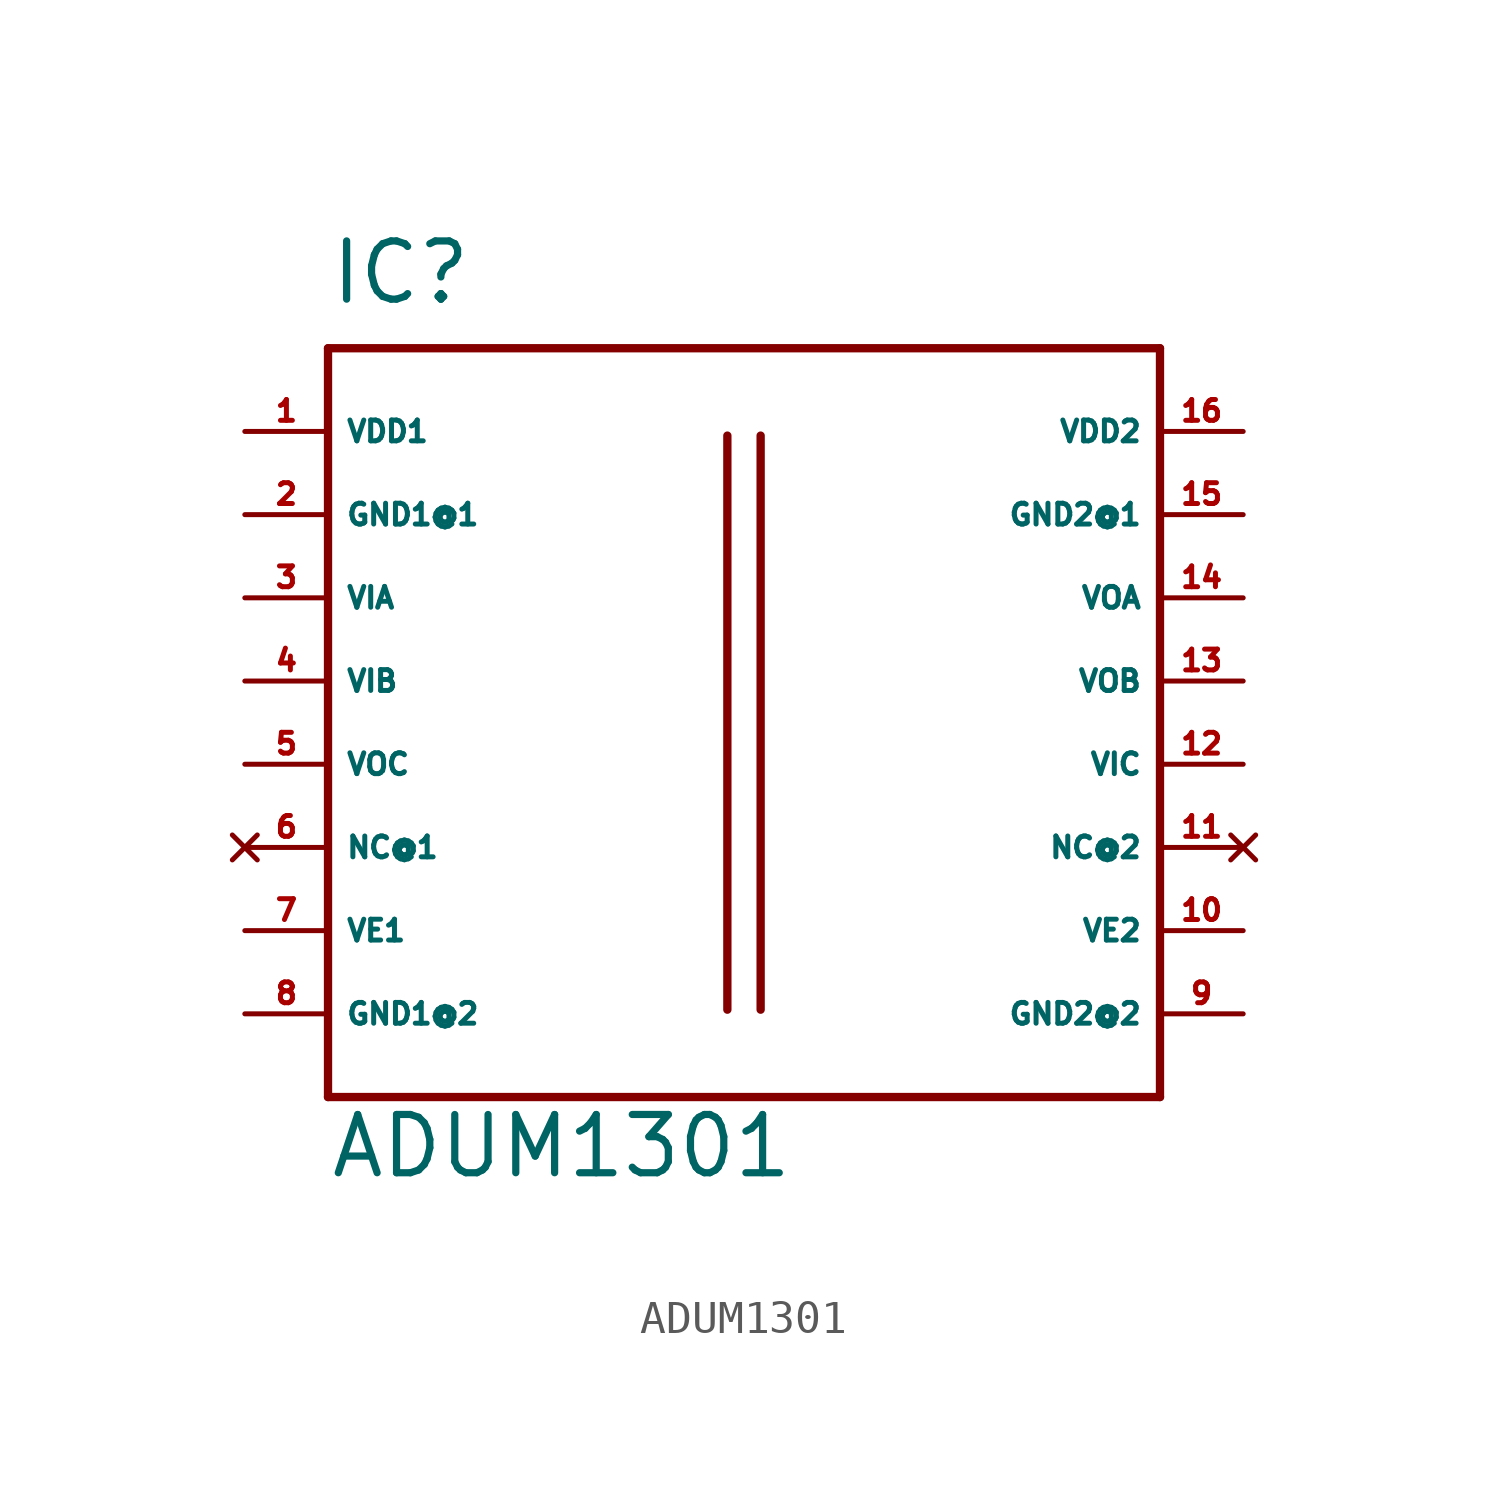
<source format=kicad_sym>
(kicad_symbol_lib
  (version 20220914)
  (generator Eagle2Kicad)
  (symbol "ADUM1301"
    (property "Reference" "IC"
      (at -12.7 11.43 0)
      (effects (font (size 1.778 1.778) (thickness 0.22)) (justify left bottom)))
    (property "Value" "ADUM1301"
      (at -12.7 -15.24 0)
      (effects (font (size 1.778 1.778) (thickness 0.22)) (justify left bottom)))
    (polyline
      (pts (xy -12.7 10.16) (xy 12.7 10.16))
      (stroke (width 0.254) (type default))
      (fill (type none)))
    (polyline
      (pts (xy 12.7 10.16) (xy 12.7 -12.7))
      (stroke (width 0.254) (type default))
      (fill (type none)))
    (polyline
      (pts (xy 12.7 -12.7) (xy -12.7 -12.7))
      (stroke (width 0.254) (type default))
      (fill (type none)))
    (polyline
      (pts (xy -12.7 -12.7) (xy -12.7 10.16))
      (stroke (width 0.254) (type default))
      (fill (type none)))
    (polyline
      (pts (xy -0.508 7.493) (xy -0.508 -10.033))
      (stroke (width 0.254) (type default))
      (fill (type none)))
    (polyline
      (pts (xy 0.508 -10.033) (xy 0.508 7.493))
      (stroke (width 0.254) (type default))
      (fill (type none)))
    (pin input line
      (at -15.24 7.62 0)
      (length 2.54)
      (name "VDD1" (effects (font (size 0.635 0.635) (thickness 0.08)) (justify left bottom)))
      (number "1" (effects (font (size 0.635 0.635) (thickness 0.08)) (justify left bottom))))
    (pin input line
      (at 15.24 7.62 180)
      (length 2.54)
      (name "VDD2" (effects (font (size 0.635 0.635) (thickness 0.08)) (justify left bottom)))
      (number "16" (effects (font (size 0.635 0.635) (thickness 0.08)) (justify left bottom))))
    (pin input line
      (at -15.24 5.08 0)
      (length 2.54)
      (name "GND1@1" (effects (font (size 0.635 0.635) (thickness 0.08)) (justify left bottom)))
      (number "2" (effects (font (size 0.635 0.635) (thickness 0.08)) (justify left bottom))))
    (pin input line
      (at 15.24 5.08 180)
      (length 2.54)
      (name "GND2@1" (effects (font (size 0.635 0.635) (thickness 0.08)) (justify left bottom)))
      (number "15" (effects (font (size 0.635 0.635) (thickness 0.08)) (justify left bottom))))
    (pin input line
      (at -15.24 2.54 0)
      (length 2.54)
      (name "VIA" (effects (font (size 0.635 0.635) (thickness 0.08)) (justify left bottom)))
      (number "3" (effects (font (size 0.635 0.635) (thickness 0.08)) (justify left bottom))))
    (pin input line
      (at -15.24 0 0)
      (length 2.54)
      (name "VIB" (effects (font (size 0.635 0.635) (thickness 0.08)) (justify left bottom)))
      (number "4" (effects (font (size 0.635 0.635) (thickness 0.08)) (justify left bottom))))
    (pin input line
      (at 15.24 -2.54 180)
      (length 2.54)
      (name "VIC" (effects (font (size 0.635 0.635) (thickness 0.08)) (justify left bottom)))
      (number "12" (effects (font (size 0.635 0.635) (thickness 0.08)) (justify left bottom))))
    (pin input line
      (at -15.24 -10.16 0)
      (length 2.54)
      (name "GND1@2" (effects (font (size 0.635 0.635) (thickness 0.08)) (justify left bottom)))
      (number "8" (effects (font (size 0.635 0.635) (thickness 0.08)) (justify left bottom))))
    (pin tri_state line
      (at 15.24 2.54 180)
      (length 2.54)
      (name "VOA" (effects (font (size 0.635 0.635) (thickness 0.08)) (justify left bottom)))
      (number "14" (effects (font (size 0.635 0.635) (thickness 0.08)) (justify left bottom))))
    (pin tri_state line
      (at 15.24 0 180)
      (length 2.54)
      (name "VOB" (effects (font (size 0.635 0.635) (thickness 0.08)) (justify left bottom)))
      (number "13" (effects (font (size 0.635 0.635) (thickness 0.08)) (justify left bottom))))
    (pin tri_state line
      (at -15.24 -2.54 0)
      (length 2.54)
      (name "VOC" (effects (font (size 0.635 0.635) (thickness 0.08)) (justify left bottom)))
      (number "5" (effects (font (size 0.635 0.635) (thickness 0.08)) (justify left bottom))))
    (pin input line
      (at 15.24 -7.62 180)
      (length 2.54)
      (name "VE2" (effects (font (size 0.635 0.635) (thickness 0.08)) (justify left bottom)))
      (number "10" (effects (font (size 0.635 0.635) (thickness 0.08)) (justify left bottom))))
    (pin input line
      (at 15.24 -10.16 180)
      (length 2.54)
      (name "GND2@2" (effects (font (size 0.635 0.635) (thickness 0.08)) (justify left bottom)))
      (number "9" (effects (font (size 0.635 0.635) (thickness 0.08)) (justify left bottom))))
    (pin no_connect line
      (at -15.24 -5.08 0)
      (length 2.54)
      (name "NC@1" (effects (font (size 0.635 0.635) (thickness 0.08)) (justify left bottom) hide))
      (number "6" (effects (font (size 0.635 0.635) (thickness 0.08)) (justify left bottom) hide)))
    (pin no_connect line
      (at 15.24 -5.08 180)
      (length 2.54)
      (name "NC@2" (effects (font (size 0.635 0.635) (thickness 0.08)) (justify left bottom) hide))
      (number "11" (effects (font (size 0.635 0.635) (thickness 0.08)) (justify left bottom) hide)))
    (pin input line
      (at -15.24 -7.62 0)
      (length 2.54)
      (name "VE1" (effects (font (size 0.635 0.635) (thickness 0.08)) (justify left bottom)))
      (number "7" (effects (font (size 0.635 0.635) (thickness 0.08)) (justify left bottom))))))
</source>
